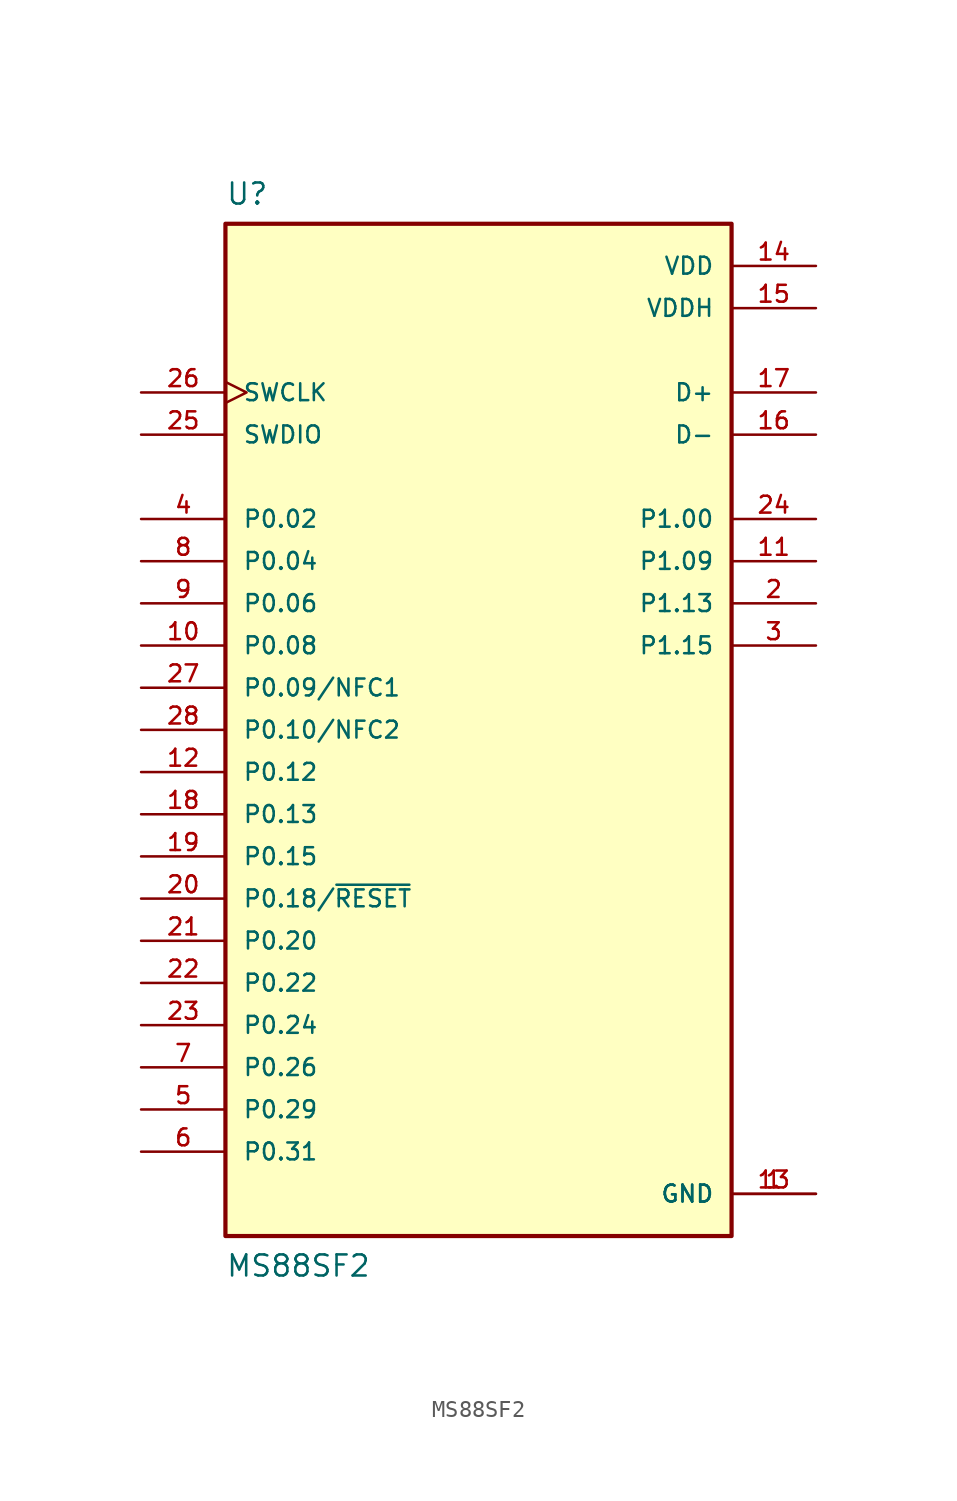
<source format=kicad_sym>
(kicad_symbol_lib
  (version 20211014)
  (generator kicad_symbol_editor)
  (symbol "MS88SF2"
    (pin_names
      (offset 1.016))
    (property "Reference" "U"
      (at -15.24 33.02 0)
      (effects (font (size 1.27 1.27)) (justify top left)))
    (property "Value" "MS88SF2"
      (at -15.24 -33.02 0)
      (effects (font (size 1.27 1.27)) (justify bottom left)))
    (symbol "MS88SF2_0_0"
      (rectangle (start -15.24 -30.48) (end 15.24 30.48) (stroke (width 0.254)) (fill (type background)))
      (pin power_in line (at 20.32 -27.94 180.0) (length 5.08) (name "GND" (effects (font (size 1.016 1.016)))) (number "1" (effects (font (size 1.016 1.016)))))
      (pin power_in line (at 20.32 -27.94 180.0) (length 5.08) (name "GND" (effects (font (size 1.016 1.016)))) (number "13" (effects (font (size 1.016 1.016)))))
      (pin bidirectional line (at 20.32 7.62 180.0) (length 5.08) (name "P1.13" (effects (font (size 1.016 1.016)))) (number "2" (effects (font (size 1.016 1.016)))))
      (pin bidirectional line (at 20.32 5.08 180.0) (length 5.08) (name "P1.15" (effects (font (size 1.016 1.016)))) (number "3" (effects (font (size 1.016 1.016)))))
      (pin bidirectional line (at -20.32 12.7 0) (length 5.08) (name "P0.02" (effects (font (size 1.016 1.016)))) (number "4" (effects (font (size 1.016 1.016)))))
      (pin bidirectional line (at -20.32 -22.86 0) (length 5.08) (name "P0.29" (effects (font (size 1.016 1.016)))) (number "5" (effects (font (size 1.016 1.016)))))
      (pin bidirectional line (at -20.32 -25.4 0) (length 5.08) (name "P0.31" (effects (font (size 1.016 1.016)))) (number "6" (effects (font (size 1.016 1.016)))))
      (pin bidirectional line (at -20.32 -20.32 0) (length 5.08) (name "P0.26" (effects (font (size 1.016 1.016)))) (number "7" (effects (font (size 1.016 1.016)))))
      (pin bidirectional line (at -20.32 10.16 0) (length 5.08) (name "P0.04" (effects (font (size 1.016 1.016)))) (number "8" (effects (font (size 1.016 1.016)))))
      (pin bidirectional line (at -20.32 7.62 0) (length 5.08) (name "P0.06" (effects (font (size 1.016 1.016)))) (number "9" (effects (font (size 1.016 1.016)))))
      (pin bidirectional line (at -20.32 5.08 0) (length 5.08) (name "P0.08" (effects (font (size 1.016 1.016)))) (number "10" (effects (font (size 1.016 1.016)))))
      (pin bidirectional line (at 20.32 10.16 180.0) (length 5.08) (name "P1.09" (effects (font (size 1.016 1.016)))) (number "11" (effects (font (size 1.016 1.016)))))
      (pin bidirectional line (at -20.32 -2.54 0) (length 5.08) (name "P0.12" (effects (font (size 1.016 1.016)))) (number "12" (effects (font (size 1.016 1.016)))))
      (pin power_in line (at 20.32 27.94 180.0) (length 5.08) (name "VDD" (effects (font (size 1.016 1.016)))) (number "14" (effects (font (size 1.016 1.016)))))
      (pin power_in line (at 20.32 25.4 180.0) (length 5.08) (name "VDDH" (effects (font (size 1.016 1.016)))) (number "15" (effects (font (size 1.016 1.016)))))
      (pin bidirectional line (at 20.32 17.78 180.0) (length 5.08) (name "D-" (effects (font (size 1.016 1.016)))) (number "16" (effects (font (size 1.016 1.016)))))
      (pin bidirectional line (at 20.32 20.32 180.0) (length 5.08) (name "D+" (effects (font (size 1.016 1.016)))) (number "17" (effects (font (size 1.016 1.016)))))
      (pin bidirectional line (at -20.32 -5.08 0) (length 5.08) (name "P0.13" (effects (font (size 1.016 1.016)))) (number "18" (effects (font (size 1.016 1.016)))))
      (pin bidirectional line (at -20.32 -7.62 0) (length 5.08) (name "P0.15" (effects (font (size 1.016 1.016)))) (number "19" (effects (font (size 1.016 1.016)))))
      (pin bidirectional line (at -20.32 -10.16 0) (length 5.08) (name "P0.18/~{RESET}" (effects (font (size 1.016 1.016)))) (number "20" (effects (font (size 1.016 1.016)))))
      (pin bidirectional line (at -20.32 -12.7 0) (length 5.08) (name "P0.20" (effects (font (size 1.016 1.016)))) (number "21" (effects (font (size 1.016 1.016)))))
      (pin bidirectional line (at -20.32 -15.24 0) (length 5.08) (name "P0.22" (effects (font (size 1.016 1.016)))) (number "22" (effects (font (size 1.016 1.016)))))
      (pin bidirectional line (at -20.32 -17.78 0) (length 5.08) (name "P0.24" (effects (font (size 1.016 1.016)))) (number "23" (effects (font (size 1.016 1.016)))))
      (pin bidirectional line (at 20.32 12.7 180.0) (length 5.08) (name "P1.00" (effects (font (size 1.016 1.016)))) (number "24" (effects (font (size 1.016 1.016)))))
      (pin bidirectional line (at -20.32 17.78 0) (length 5.08) (name "SWDIO" (effects (font (size 1.016 1.016)))) (number "25" (effects (font (size 1.016 1.016)))))
      (pin input clock (at -20.32 20.32 0) (length 5.08) (name "SWCLK" (effects (font (size 1.016 1.016)))) (number "26" (effects (font (size 1.016 1.016)))))
      (pin bidirectional line (at -20.32 2.54 0) (length 5.08) (name "P0.09/NFC1" (effects (font (size 1.016 1.016)))) (number "27" (effects (font (size 1.016 1.016)))))
      (pin bidirectional line (at -20.32 0.0 0) (length 5.08) (name "P0.10/NFC2" (effects (font (size 1.016 1.016)))) (number "28" (effects (font (size 1.016 1.016))))))))
</source>
